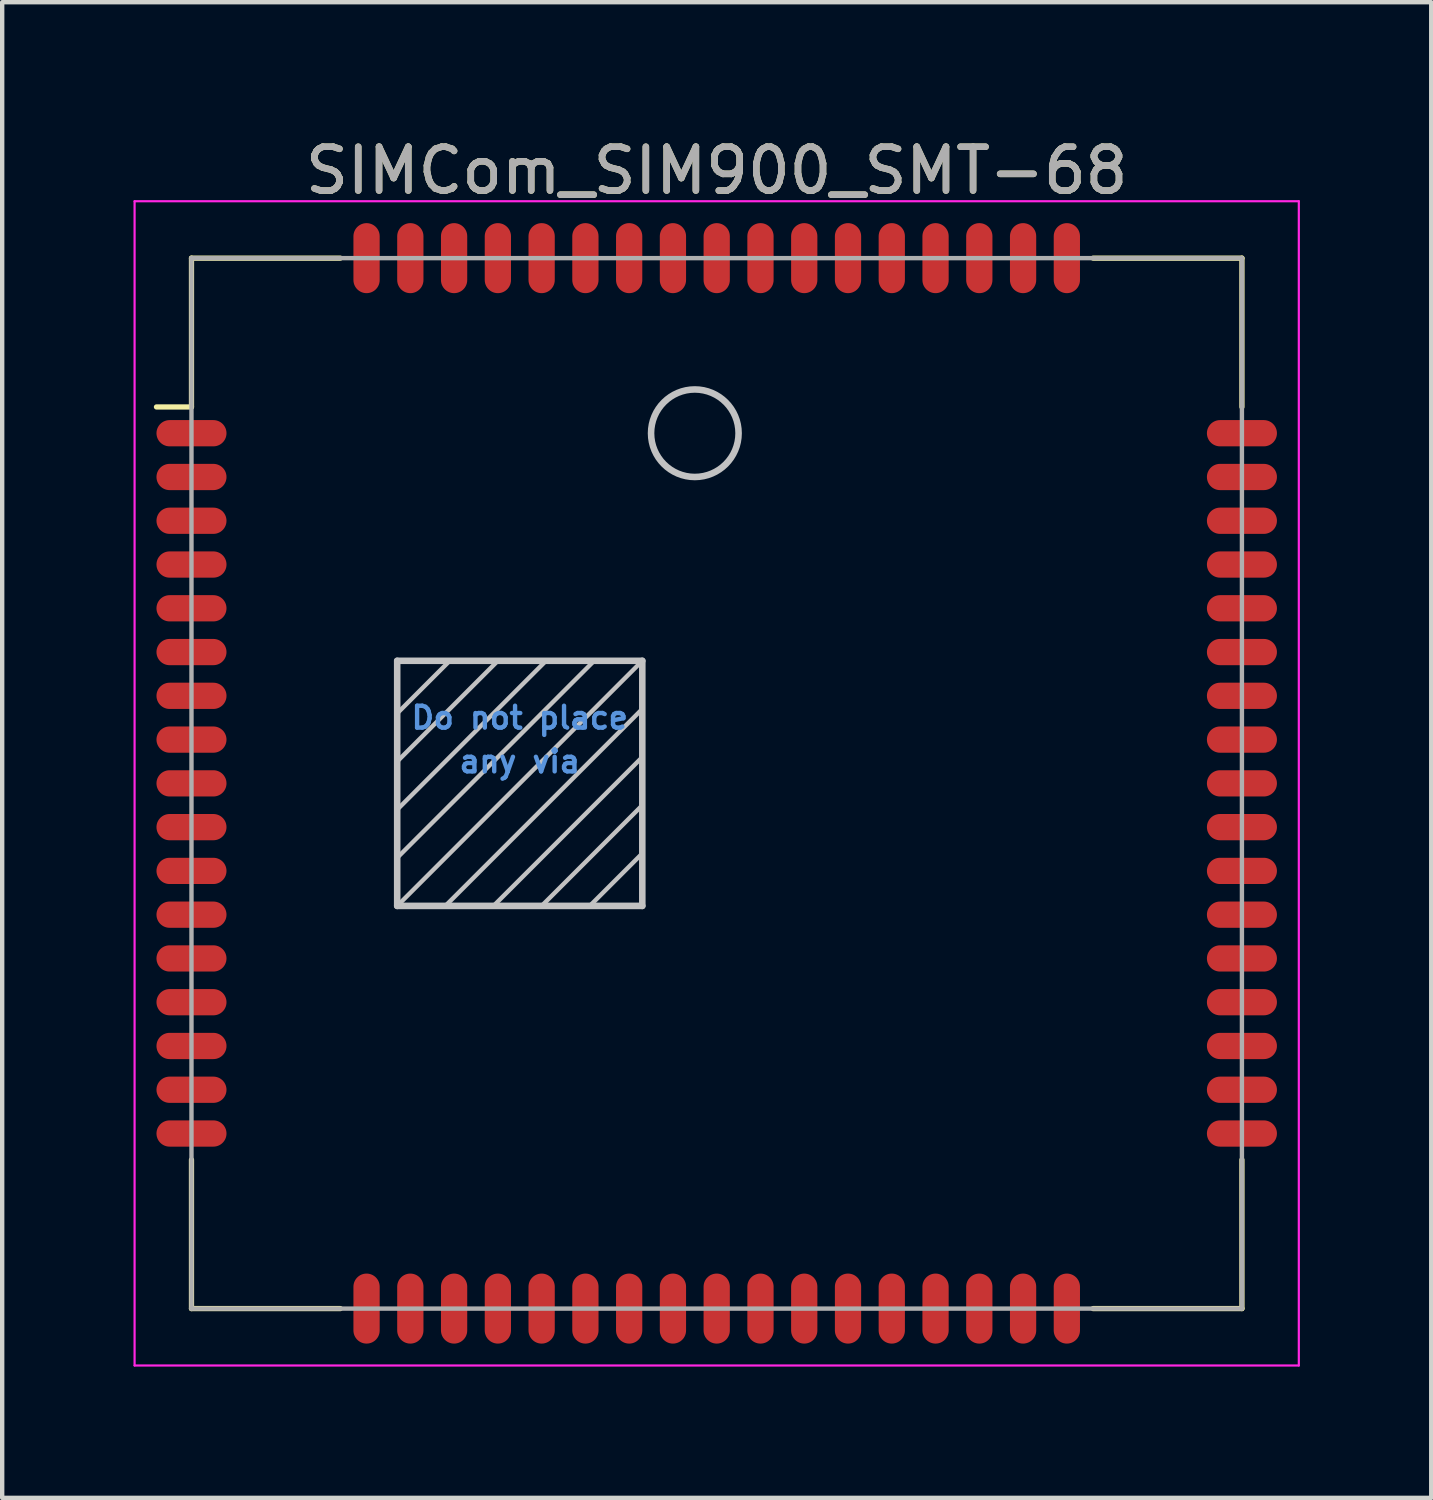
<source format=kicad_pcb>
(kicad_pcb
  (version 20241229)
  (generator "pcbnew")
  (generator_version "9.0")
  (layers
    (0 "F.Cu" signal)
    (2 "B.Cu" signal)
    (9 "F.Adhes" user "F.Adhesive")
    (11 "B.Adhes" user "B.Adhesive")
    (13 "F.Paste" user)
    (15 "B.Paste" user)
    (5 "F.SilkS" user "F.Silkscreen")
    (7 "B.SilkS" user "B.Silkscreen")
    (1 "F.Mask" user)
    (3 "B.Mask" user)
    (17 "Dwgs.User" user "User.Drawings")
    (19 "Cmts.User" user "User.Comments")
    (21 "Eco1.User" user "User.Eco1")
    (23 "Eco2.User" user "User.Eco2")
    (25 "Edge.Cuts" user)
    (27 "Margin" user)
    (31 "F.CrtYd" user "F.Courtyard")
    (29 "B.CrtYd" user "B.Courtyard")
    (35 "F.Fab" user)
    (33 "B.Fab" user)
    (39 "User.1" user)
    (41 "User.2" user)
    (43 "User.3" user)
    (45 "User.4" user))
  (footprint "SIMCom_SIM900_SMT-68"
    (layer "F.Cu")
    (at 13.325 14.848)
    (property "Reference" "SIMCom_SIM900_SMT-68" (at 0 -14 0) (layer "F.SilkS") (effects (font (size 1 1) (thickness 0.15))))
    (attr smd)
    (fp_line (start -12.8 -8.6) (end -12 -8.6) (stroke (width 0.12) (type solid)) (layer "F.SilkS"))
    (fp_line (start -12 -12) (end -12 -8.6) (stroke (width 0.12) (type solid)) (layer "F.SilkS"))
    (fp_line (start -12 -12) (end -8.6 -12) (stroke (width 0.12) (type solid)) (layer "F.SilkS"))
    (fp_line (start -12 8.6) (end -12 12) (stroke (width 0.12) (type solid)) (layer "F.SilkS"))
    (fp_line (start -12 12) (end -8.6 12) (stroke (width 0.12) (type solid)) (layer "F.SilkS"))
    (fp_line (start 8.6 -12) (end 12 -12) (stroke (width 0.12) (type solid)) (layer "F.SilkS"))
    (fp_line (start 8.6 12) (end 12 12) (stroke (width 0.12) (type solid)) (layer "F.SilkS"))
    (fp_line (start 12 -12) (end 12 -8.6) (stroke (width 0.12) (type solid)) (layer "F.SilkS"))
    (fp_line (start 12 8.6) (end 12 12) (stroke (width 0.12) (type solid)) (layer "F.SilkS"))
    (fp_line (start -7.3 -2.8) (end -1.7 -2.8) (stroke (width 0.15) (type solid)) (layer "Dwgs.User"))
    (fp_line (start -7.3 2.8) (end -7.3 -2.8) (stroke (width 0.15) (type solid)) (layer "Dwgs.User"))
    (fp_line (start -7.3 2.8) (end -1.7 -2.8) (stroke (width 0.1) (type solid)) (layer "Dwgs.User"))
    (fp_line (start -7.3 2.8) (end -1.7 2.8) (stroke (width 0.15) (type solid)) (layer "Dwgs.User"))
    (fp_line (start -6.2 2.8) (end -1.7 -1.7) (stroke (width 0.1) (type solid)) (layer "Dwgs.User"))
    (fp_line (start -6.1 -2.8) (end -7.3 -1.6) (stroke (width 0.1) (type solid)) (layer "Dwgs.User"))
    (fp_line (start -5.1 2.8) (end -1.7 -0.6) (stroke (width 0.1) (type solid)) (layer "Dwgs.User"))
    (fp_line (start -5 -2.8) (end -7.3 -0.5) (stroke (width 0.1) (type solid)) (layer "Dwgs.User"))
    (fp_line (start -4 2.8) (end -1.7 0.5) (stroke (width 0.1) (type solid)) (layer "Dwgs.User"))
    (fp_line (start -3.9 -2.8) (end -7.3 0.6) (stroke (width 0.1) (type solid)) (layer "Dwgs.User"))
    (fp_line (start -2.9 2.8) (end -1.7 1.6) (stroke (width 0.1) (type solid)) (layer "Dwgs.User"))
    (fp_line (start -2.8 -2.8) (end -7.3 1.7) (stroke (width 0.1) (type solid)) (layer "Dwgs.User"))
    (fp_line (start -1.7 2.8) (end -1.7 -2.8) (stroke (width 0.15) (type solid)) (layer "Dwgs.User"))
    (fp_circle (center -0.5 -8) (end -0.5 -9) (stroke (width 0.15) (type solid)) (fill no) (layer "Dwgs.User"))
    (fp_line (start -13.3 -13.3) (end 13.3 -13.3) (stroke (width 0.05) (type solid)) (layer "F.CrtYd"))
    (fp_line (start -13.3 13.3) (end -13.3 -13.3) (stroke (width 0.05) (type solid)) (layer "F.CrtYd"))
    (fp_line (start 13.3 -13.3) (end 13.3 13.3) (stroke (width 0.05) (type solid)) (layer "F.CrtYd"))
    (fp_line (start 13.3 13.3) (end -13.3 13.3) (stroke (width 0.05) (type solid)) (layer "F.CrtYd"))
    (fp_line (start -12 -12) (end 12 -12) (stroke (width 0.1) (type solid)) (layer "F.Fab"))
    (fp_line (start -12 12) (end -12 -12) (stroke (width 0.1) (type solid)) (layer "F.Fab"))
    (fp_line (start 12 -12) (end 12 12) (stroke (width 0.1) (type solid)) (layer "F.Fab"))
    (fp_line (start 12 12) (end -12 12) (stroke (width 0.1) (type solid)) (layer "F.Fab"))
    (fp_text user "any via" (at -4.5 -0.5 0) (layer "Cmts.User") (effects (font (size 0.5 0.5) (thickness 0.1))))
    (fp_text user "Do not place" (at -4.5 -1.5 0) (layer "Cmts.User") (effects (font (size 0.5 0.5) (thickness 0.1))))
    (fp_text user "${REFERENCE}" (at 0 -14 0) (layer "F.Fab") (effects (font (size 1 1) (thickness 0.15))))
    (pad "1" smd oval (at -12 -8) (size 1.6 0.6) (layers "F.Cu" "F.Mask" "F.Paste"))
    (pad "2" smd oval (at -12 -7) (size 1.6 0.6) (layers "F.Cu" "F.Mask" "F.Paste"))
    (pad "3" smd oval (at -12 -6) (size 1.6 0.6) (layers "F.Cu" "F.Mask" "F.Paste"))
    (pad "4" smd oval (at -12 -5) (size 1.6 0.6) (layers "F.Cu" "F.Mask" "F.Paste"))
    (pad "5" smd oval (at -12 -4) (size 1.6 0.6) (layers "F.Cu" "F.Mask" "F.Paste"))
    (pad "6" smd oval (at -12 -3) (size 1.6 0.6) (layers "F.Cu" "F.Mask" "F.Paste"))
    (pad "7" smd oval (at -12 -2) (size 1.6 0.6) (layers "F.Cu" "F.Mask" "F.Paste"))
    (pad "8" smd oval (at -12 -1) (size 1.6 0.6) (layers "F.Cu" "F.Mask" "F.Paste"))
    (pad "9" smd oval (at -12 0) (size 1.6 0.6) (layers "F.Cu" "F.Mask" "F.Paste"))
    (pad "10" smd oval (at -12 1) (size 1.6 0.6) (layers "F.Cu" "F.Mask" "F.Paste"))
    (pad "11" smd oval (at -12 2) (size 1.6 0.6) (layers "F.Cu" "F.Mask" "F.Paste"))
    (pad "12" smd oval (at -12 3) (size 1.6 0.6) (layers "F.Cu" "F.Mask" "F.Paste"))
    (pad "13" smd oval (at -12 4) (size 1.6 0.6) (layers "F.Cu" "F.Mask" "F.Paste"))
    (pad "14" smd oval (at -12 5) (size 1.6 0.6) (layers "F.Cu" "F.Mask" "F.Paste"))
    (pad "15" smd oval (at -12 6) (size 1.6 0.6) (layers "F.Cu" "F.Mask" "F.Paste"))
    (pad "16" smd oval (at -12 7) (size 1.6 0.6) (layers "F.Cu" "F.Mask" "F.Paste"))
    (pad "17" smd oval (at -12 8) (size 1.6 0.6) (layers "F.Cu" "F.Mask" "F.Paste"))
    (pad "18" smd oval (at -8 12) (size 0.6 1.6) (layers "F.Cu" "F.Mask" "F.Paste"))
    (pad "19" smd oval (at -7 12) (size 0.6 1.6) (layers "F.Cu" "F.Mask" "F.Paste"))
    (pad "20" smd oval (at -6 12) (size 0.6 1.6) (layers "F.Cu" "F.Mask" "F.Paste"))
    (pad "21" smd oval (at -5 12) (size 0.6 1.6) (layers "F.Cu" "F.Mask" "F.Paste"))
    (pad "22" smd oval (at -4 12) (size 0.6 1.6) (layers "F.Cu" "F.Mask" "F.Paste"))
    (pad "23" smd oval (at -3 12) (size 0.6 1.6) (layers "F.Cu" "F.Mask" "F.Paste"))
    (pad "24" smd oval (at -2 12) (size 0.6 1.6) (layers "F.Cu" "F.Mask" "F.Paste"))
    (pad "25" smd oval (at -1 12) (size 0.6 1.6) (layers "F.Cu" "F.Mask" "F.Paste"))
    (pad "26" smd oval (at 0 12) (size 0.6 1.6) (layers "F.Cu" "F.Mask" "F.Paste"))
    (pad "27" smd oval (at 1 12) (size 0.6 1.6) (layers "F.Cu" "F.Mask" "F.Paste"))
    (pad "28" smd oval (at 2 12) (size 0.6 1.6) (layers "F.Cu" "F.Mask" "F.Paste"))
    (pad "29" smd oval (at 3 12) (size 0.6 1.6) (layers "F.Cu" "F.Mask" "F.Paste"))
    (pad "30" smd oval (at 4 12) (size 0.6 1.6) (layers "F.Cu" "F.Mask" "F.Paste"))
    (pad "31" smd oval (at 5 12) (size 0.6 1.6) (layers "F.Cu" "F.Mask" "F.Paste"))
    (pad "32" smd oval (at 6 12) (size 0.6 1.6) (layers "F.Cu" "F.Mask" "F.Paste"))
    (pad "33" smd oval (at 7 12) (size 0.6 1.6) (layers "F.Cu" "F.Mask" "F.Paste"))
    (pad "34" smd oval (at 8 12) (size 0.6 1.6) (layers "F.Cu" "F.Mask" "F.Paste"))
    (pad "35" smd oval (at 12 8) (size 1.6 0.6) (layers "F.Cu" "F.Mask" "F.Paste"))
    (pad "36" smd oval (at 12 7) (size 1.6 0.6) (layers "F.Cu" "F.Mask" "F.Paste"))
    (pad "37" smd oval (at 12 6) (size 1.6 0.6) (layers "F.Cu" "F.Mask" "F.Paste"))
    (pad "38" smd oval (at 12 5) (size 1.6 0.6) (layers "F.Cu" "F.Mask" "F.Paste"))
    (pad "39" smd oval (at 12 4) (size 1.6 0.6) (layers "F.Cu" "F.Mask" "F.Paste"))
    (pad "40" smd oval (at 12 3) (size 1.6 0.6) (layers "F.Cu" "F.Mask" "F.Paste"))
    (pad "41" smd oval (at 12 2) (size 1.6 0.6) (layers "F.Cu" "F.Mask" "F.Paste"))
    (pad "42" smd oval (at 12 1) (size 1.6 0.6) (layers "F.Cu" "F.Mask" "F.Paste"))
    (pad "43" smd oval (at 12 0) (size 1.6 0.6) (layers "F.Cu" "F.Mask" "F.Paste"))
    (pad "44" smd oval (at 12 -1) (size 1.6 0.6) (layers "F.Cu" "F.Mask" "F.Paste"))
    (pad "45" smd oval (at 12 -2) (size 1.6 0.6) (layers "F.Cu" "F.Mask" "F.Paste"))
    (pad "46" smd oval (at 12 -3) (size 1.6 0.6) (layers "F.Cu" "F.Mask" "F.Paste"))
    (pad "47" smd oval (at 12 -4) (size 1.6 0.6) (layers "F.Cu" "F.Mask" "F.Paste"))
    (pad "48" smd oval (at 12 -5) (size 1.6 0.6) (layers "F.Cu" "F.Mask" "F.Paste"))
    (pad "49" smd oval (at 12 -6) (size 1.6 0.6) (layers "F.Cu" "F.Mask" "F.Paste"))
    (pad "50" smd oval (at 12 -7) (size 1.6 0.6) (layers "F.Cu" "F.Mask" "F.Paste"))
    (pad "51" smd oval (at 12 -8) (size 1.6 0.6) (layers "F.Cu" "F.Mask" "F.Paste"))
    (pad "52" smd oval (at 8 -12) (size 0.6 1.6) (layers "F.Cu" "F.Mask" "F.Paste"))
    (pad "53" smd oval (at 7 -12) (size 0.6 1.6) (layers "F.Cu" "F.Mask" "F.Paste"))
    (pad "54" smd oval (at 6 -12) (size 0.6 1.6) (layers "F.Cu" "F.Mask" "F.Paste"))
    (pad "55" smd oval (at 5 -12) (size 0.6 1.6) (layers "F.Cu" "F.Mask" "F.Paste"))
    (pad "56" smd oval (at 4 -12) (size 0.6 1.6) (layers "F.Cu" "F.Mask" "F.Paste"))
    (pad "57" smd oval (at 3 -12) (size 0.6 1.6) (layers "F.Cu" "F.Mask" "F.Paste"))
    (pad "58" smd oval (at 2 -12) (size 0.6 1.6) (layers "F.Cu" "F.Mask" "F.Paste"))
    (pad "59" smd oval (at 1 -12) (size 0.6 1.6) (layers "F.Cu" "F.Mask" "F.Paste"))
    (pad "60" smd oval (at 0 -12) (size 0.6 1.6) (layers "F.Cu" "F.Mask" "F.Paste"))
    (pad "61" smd oval (at -1 -12) (size 0.6 1.6) (layers "F.Cu" "F.Mask" "F.Paste"))
    (pad "62" smd oval (at -2 -12) (size 0.6 1.6) (layers "F.Cu" "F.Mask" "F.Paste"))
    (pad "63" smd oval (at -3 -12) (size 0.6 1.6) (layers "F.Cu" "F.Mask" "F.Paste"))
    (pad "64" smd oval (at -4 -12) (size 0.6 1.6) (layers "F.Cu" "F.Mask" "F.Paste"))
    (pad "65" smd oval (at -5 -12) (size 0.6 1.6) (layers "F.Cu" "F.Mask" "F.Paste"))
    (pad "66" smd oval (at -6 -12) (size 0.6 1.6) (layers "F.Cu" "F.Mask" "F.Paste"))
    (pad "67" smd oval (at -7 -12) (size 0.6 1.6) (layers "F.Cu" "F.Mask" "F.Paste"))
    (pad "68" smd oval (at -8 -12) (size 0.6 1.6) (layers "F.Cu" "F.Mask" "F.Paste")))
  (gr_rect
    (start -3 -3)
    (end 29.65 31.173)
    (stroke (width 0.1) (type default))
    (fill no)
    (layer "Edge.Cuts")))
</source>
